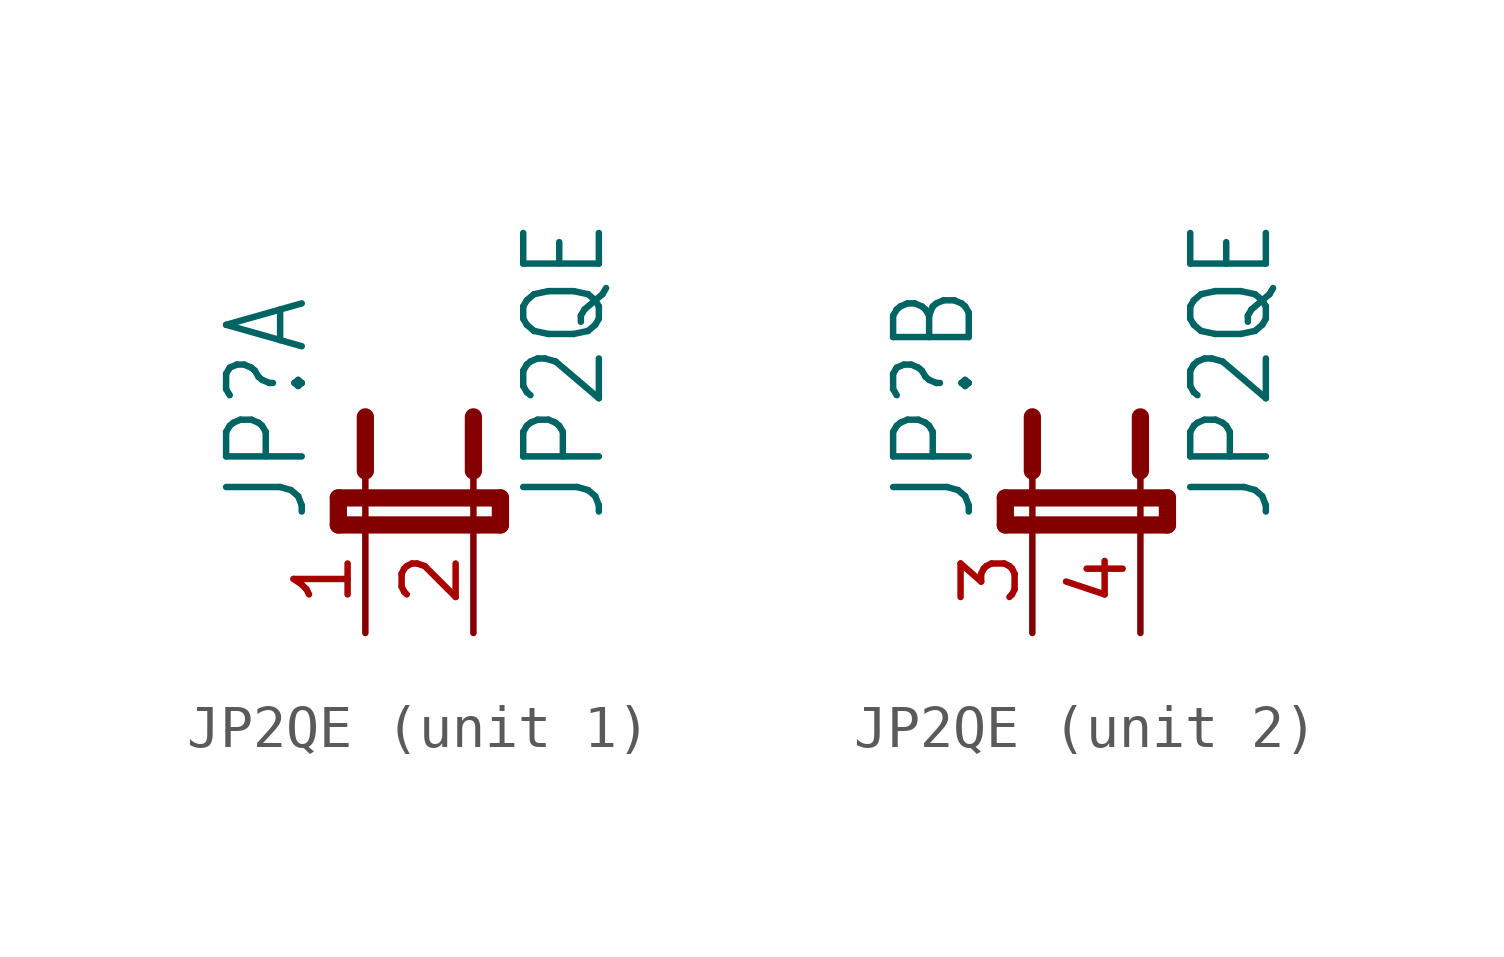
<source format=kicad_sym>
(kicad_symbol_lib
  (version 20211014)
  (generator kicad_symbol_editor)
  (symbol "JP2QE"
    (property "Reference" "JP"
      (at -1.27 0 90)
      (effects (font (size 1.778 1.511)) (justify left bottom)))
    (property "Value" "JP2QE"
      (at 5.715 0 90)
      (effects (font (size 1.778 1.511)) (justify left bottom)))
    (property "ki_locked" ""
      (at 0 0 0)
      (effects (font (size 1.27 1.27))))
    (symbol "JP2QE_1_0"
      (polyline (pts (xy -0.635 0) (xy 3.175 0)) (stroke (width 0.406) (type default) (color 0 0 0 0)) (fill (type none)))
      (polyline (pts (xy -0.635 0.635) (xy -0.635 0)) (stroke (width 0.406) (type default) (color 0 0 0 0)) (fill (type none)))
      (polyline (pts (xy 0 0) (xy 0 1.27)) (stroke (width 0.152) (type default) (color 0 0 0 0)) (fill (type none)))
      (polyline (pts (xy 0 2.54) (xy 0 1.27)) (stroke (width 0.406) (type default) (color 0 0 0 0)) (fill (type none)))
      (polyline (pts (xy 2.54 0) (xy 2.54 1.27)) (stroke (width 0.152) (type default) (color 0 0 0 0)) (fill (type none)))
      (polyline (pts (xy 2.54 2.54) (xy 2.54 1.27)) (stroke (width 0.406) (type default) (color 0 0 0 0)) (fill (type none)))
      (polyline (pts (xy 3.175 0) (xy 3.175 0.635)) (stroke (width 0.406) (type default) (color 0 0 0 0)) (fill (type none)))
      (polyline (pts (xy 3.175 0.635) (xy -0.635 0.635)) (stroke (width 0.406) (type default) (color 0 0 0 0)) (fill (type none)))
      (pin passive line (at 0 -2.54 90) (length 2.54) (name "1" (effects (font (size 0 0)))) (number "1" (effects (font (size 1.27 1.27)))))
      (pin passive line (at 2.54 -2.54 90) (length 2.54) (name "2" (effects (font (size 0 0)))) (number "2" (effects (font (size 1.27 1.27))))))
    (symbol "JP2QE_2_0"
      (polyline (pts (xy -0.635 0) (xy 3.175 0)) (stroke (width 0.406) (type default) (color 0 0 0 0)) (fill (type none)))
      (polyline (pts (xy -0.635 0.635) (xy -0.635 0)) (stroke (width 0.406) (type default) (color 0 0 0 0)) (fill (type none)))
      (polyline (pts (xy 0 0) (xy 0 1.27)) (stroke (width 0.152) (type default) (color 0 0 0 0)) (fill (type none)))
      (polyline (pts (xy 0 2.54) (xy 0 1.27)) (stroke (width 0.406) (type default) (color 0 0 0 0)) (fill (type none)))
      (polyline (pts (xy 2.54 0) (xy 2.54 1.27)) (stroke (width 0.152) (type default) (color 0 0 0 0)) (fill (type none)))
      (polyline (pts (xy 2.54 2.54) (xy 2.54 1.27)) (stroke (width 0.406) (type default) (color 0 0 0 0)) (fill (type none)))
      (polyline (pts (xy 3.175 0) (xy 3.175 0.635)) (stroke (width 0.406) (type default) (color 0 0 0 0)) (fill (type none)))
      (polyline (pts (xy 3.175 0.635) (xy -0.635 0.635)) (stroke (width 0.406) (type default) (color 0 0 0 0)) (fill (type none)))
      (pin passive line (at 0 -2.54 90) (length 2.54) (name "1" (effects (font (size 0 0)))) (number "3" (effects (font (size 1.27 1.27)))))
      (pin passive line (at 2.54 -2.54 90) (length 2.54) (name "2" (effects (font (size 0 0)))) (number "4" (effects (font (size 1.27 1.27))))))))
</source>
